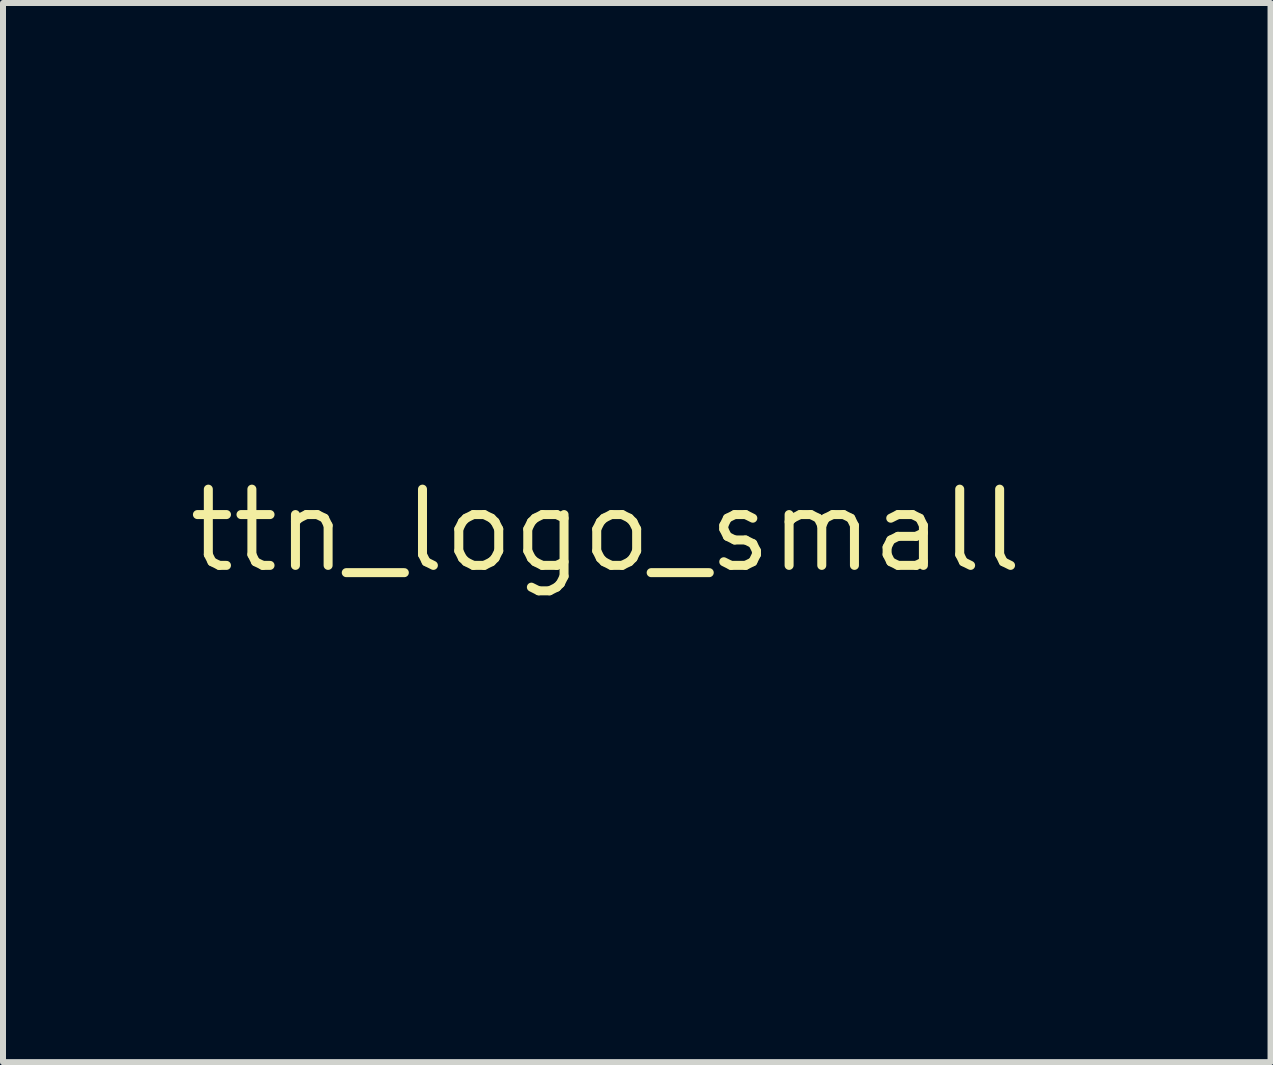
<source format=kicad_pcb>
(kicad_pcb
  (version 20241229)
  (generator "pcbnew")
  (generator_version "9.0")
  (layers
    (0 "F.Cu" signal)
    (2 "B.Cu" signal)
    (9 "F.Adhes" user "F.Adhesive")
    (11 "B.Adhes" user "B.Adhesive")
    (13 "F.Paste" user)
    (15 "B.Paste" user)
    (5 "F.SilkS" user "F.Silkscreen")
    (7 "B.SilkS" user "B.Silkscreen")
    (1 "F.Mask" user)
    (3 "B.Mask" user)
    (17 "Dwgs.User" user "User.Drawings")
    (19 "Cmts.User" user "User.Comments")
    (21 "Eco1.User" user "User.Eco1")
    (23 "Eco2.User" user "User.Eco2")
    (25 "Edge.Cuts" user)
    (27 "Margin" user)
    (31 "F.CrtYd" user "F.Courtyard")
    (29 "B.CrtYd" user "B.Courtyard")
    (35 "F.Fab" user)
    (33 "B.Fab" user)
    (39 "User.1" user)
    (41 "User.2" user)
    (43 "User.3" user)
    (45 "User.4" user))
  (footprint "ttn_logo_small"
    (layer "F.Cu")
    (at 7.043 5.79)
    (property "Reference" "ttn_logo_small" (at 0 0 0) (layer "F.SilkS") (effects (font (size 1.27 1.27) (thickness 0.15))))
    (attr through_hole)
    (fp_poly (pts (xy 2.318 3.983) (xy 1.895 3.983) (xy 1.895 2.078) (xy 2.318 2.078) (xy 2.318 3.983)) (stroke (width 0.01) (type solid)) (fill yes) (layer "F.Mask"))
    (fp_poly (pts (xy -5.683 2.459) (xy -6.106 2.459) (xy -6.106 3.983) (xy -6.572 3.983) (xy -6.572 2.459) (xy -7.038 2.459) (xy -7.038 2.078) (xy -5.683 2.078) (xy -5.683 2.459)) (stroke (width 0.01) (type solid)) (fill yes) (layer "F.Mask"))
    (fp_poly (pts (xy -0.222 2.459) (xy -0.688 2.459) (xy -0.688 3.983) (xy -1.153 3.983) (xy -1.153 2.459) (xy -1.619 2.459) (xy -1.619 2.078) (xy -0.222 2.078) (xy -0.222 2.459)) (stroke (width 0.01) (type solid)) (fill yes) (layer "F.Mask"))
    (fp_poly (pts (xy -4.963 2.84) (xy -4.371 2.84) (xy -4.371 2.078) (xy -3.905 2.078) (xy -3.905 3.983) (xy -4.371 3.983) (xy -4.371 3.221) (xy -4.963 3.221) (xy -4.963 3.983) (xy -5.429 3.983) (xy -5.429 2.078) (xy -4.963 2.078) (xy -4.963 2.84)) (stroke (width 0.01) (type solid)) (fill yes) (layer "F.Mask"))
    (fp_poly (pts (xy -2.423 2.459) (xy -3.101 2.459) (xy -3.101 2.84) (xy -2.466 2.84) (xy -2.466 3.221) (xy -3.101 3.221) (xy -3.101 3.602) (xy -2.423 3.602) (xy -2.423 3.983) (xy -3.566 3.983) (xy -3.566 2.078) (xy -2.423 2.078) (xy -2.423 2.459)) (stroke (width 0.01) (type solid)) (fill yes) (layer "F.Mask"))
    (fp_poly (pts (xy 0.455 2.84) (xy 1.048 2.84) (xy 1.048 2.078) (xy 1.514 2.078) (xy 1.514 3.983) (xy 1.048 3.983) (xy 1.048 3.221) (xy 0.455 3.221) (xy 0.455 3.983) (xy -0.01 3.983) (xy -0.01 2.078) (xy 0.455 2.078) (xy 0.455 2.84)) (stroke (width 0.01) (type solid)) (fill yes) (layer "F.Mask"))
    (fp_poly (pts (xy -1.754 4.777) (xy -1.778 4.861) (xy -1.844 4.898) (xy -1.905 4.907) (xy -2.042 4.92) (xy -2.042 5.846) (xy -2.296 5.846) (xy -2.296 4.92) (xy -2.434 4.907) (xy -2.533 4.885) (xy -2.575 4.829) (xy -2.585 4.777) (xy -2.598 4.661) (xy -1.74 4.661) (xy -1.754 4.777)) (stroke (width 0.01) (type solid)) (fill yes) (layer "F.Mask"))
    (fp_poly (pts (xy 3.51 2.637) (xy 3.863 3.196) (xy 3.875 2.637) (xy 3.887 2.078) (xy 4.35 2.078) (xy 4.35 3.988) (xy 4.109 3.975) (xy 3.868 3.962) (xy 3.527 3.424) (xy 3.186 2.886) (xy 3.174 3.434) (xy 3.162 3.983) (xy 2.699 3.983) (xy 2.699 2.078) (xy 3.157 2.078) (xy 3.51 2.637)) (stroke (width 0.01) (type solid)) (fill yes) (layer "F.Mask"))
    (fp_poly (pts (xy -5.895 5.829) (xy -6.041 5.812) (xy -6.117 5.796) (xy -6.181 5.759) (xy -6.248 5.685) (xy -6.333 5.561) (xy -6.39 5.471) (xy -6.593 5.147) (xy -6.605 5.497) (xy -6.618 5.846) (xy -6.744 5.846) (xy -6.841 5.829) (xy -6.892 5.791) (xy -6.899 5.729) (xy -6.904 5.601) (xy -6.904 5.425) (xy -6.902 5.22) (xy -6.901 5.209) (xy -6.889 4.682) (xy -6.752 4.669) (xy -6.684 4.667) (xy -6.629 4.686) (xy -6.572 4.741) (xy -6.499 4.843) (xy -6.414 4.975) (xy -6.321 5.117) (xy -6.243 5.227) (xy -6.192 5.288) (xy -6.18 5.295) (xy -6.165 5.257) (xy -6.154 5.154) (xy -6.149 5.008) (xy -6.149 4.978) (xy -6.149 4.661) (xy -5.895 4.661) (xy -5.895 5.829)) (stroke (width 0.01) (type solid)) (fill yes) (layer "F.Mask"))
    (fp_poly (pts (xy 5.894 -4.403) (xy 6.116 -4.313) (xy 6.427 -4.113) (xy 6.687 -3.857) (xy 6.888 -3.556) (xy 7.025 -3.222) (xy 7.09 -2.869) (xy 7.082 -2.553) (xy 7.034 -2.353) (xy 6.952 -2.21) (xy 6.846 -2.131) (xy 6.725 -2.121) (xy 6.6 -2.189) (xy 6.577 -2.21) (xy 6.528 -2.266) (xy 6.501 -2.329) (xy 6.491 -2.421) (xy 6.495 -2.565) (xy 6.499 -2.646) (xy 6.506 -2.837) (xy 6.495 -2.978) (xy 6.464 -3.102) (xy 6.424 -3.206) (xy 6.313 -3.395) (xy 6.155 -3.579) (xy 5.973 -3.734) (xy 5.792 -3.838) (xy 5.756 -3.851) (xy 5.584 -3.926) (xy 5.486 -4.021) (xy 5.451 -4.147) (xy 5.451 -4.166) (xy 5.481 -4.314) (xy 5.569 -4.404) (xy 5.708 -4.434) (xy 5.894 -4.403)) (stroke (width 0.01) (type solid)) (fill yes) (layer "F.Mask"))
    (fp_poly (pts (xy 7.091 4.665) (xy 7.129 4.692) (xy 7.143 4.763) (xy 7.145 4.883) (xy 7.147 5.105) (xy 7.347 4.88) (xy 7.457 4.761) (xy 7.535 4.695) (xy 7.606 4.668) (xy 7.691 4.667) (xy 7.704 4.668) (xy 7.861 4.682) (xy 7.643 4.93) (xy 7.541 5.048) (xy 7.481 5.135) (xy 7.465 5.212) (xy 7.495 5.296) (xy 7.573 5.405) (xy 7.703 5.558) (xy 7.73 5.59) (xy 7.914 5.804) (xy 7.73 5.804) (xy 7.627 5.798) (xy 7.548 5.771) (xy 7.467 5.709) (xy 7.361 5.597) (xy 7.347 5.581) (xy 7.148 5.359) (xy 7.146 5.603) (xy 7.143 5.739) (xy 7.129 5.812) (xy 7.095 5.841) (xy 7.028 5.846) (xy 7.017 5.846) (xy 6.89 5.846) (xy 6.89 4.661) (xy 7.017 4.661) (xy 7.091 4.665)) (stroke (width 0.01) (type solid)) (fill yes) (layer "F.Mask"))
    (fp_poly (pts (xy 6.008 -5.381) (xy 6.191 -5.325) (xy 6.428 -5.219) (xy 6.554 -5.156) (xy 6.954 -4.903) (xy 7.298 -4.589) (xy 7.581 -4.223) (xy 7.799 -3.812) (xy 7.947 -3.364) (xy 8.02 -2.886) (xy 8.022 -2.851) (xy 8.025 -2.568) (xy 8.004 -2.315) (xy 7.961 -2.108) (xy 7.899 -1.963) (xy 7.877 -1.934) (xy 7.768 -1.871) (xy 7.634 -1.867) (xy 7.508 -1.921) (xy 7.481 -1.945) (xy 7.434 -2.003) (xy 7.413 -2.071) (xy 7.414 -2.176) (xy 7.428 -2.294) (xy 7.45 -2.762) (xy 7.398 -3.199) (xy 7.273 -3.6) (xy 7.081 -3.959) (xy 6.822 -4.273) (xy 6.502 -4.534) (xy 6.122 -4.739) (xy 5.904 -4.82) (xy 5.754 -4.9) (xy 5.663 -5.013) (xy 5.636 -5.14) (xy 5.676 -5.265) (xy 5.77 -5.356) (xy 5.871 -5.391) (xy 6.008 -5.381)) (stroke (width 0.01) (type solid)) (fill yes) (layer "F.Mask"))
    (fp_poly (pts (xy 2.996 4.694) (xy 3.161 4.784) (xy 3.28 4.917) (xy 3.35 5.077) (xy 3.371 5.252) (xy 3.344 5.427) (xy 3.266 5.587) (xy 3.137 5.718) (xy 2.958 5.806) (xy 2.838 5.831) (xy 2.633 5.814) (xy 2.533 5.774) (xy 2.355 5.638) (xy 2.242 5.46) (xy 2.208 5.303) (xy 2.499 5.303) (xy 2.552 5.433) (xy 2.647 5.525) (xy 2.768 5.567) (xy 2.897 5.549) (xy 2.986 5.489) (xy 3.03 5.414) (xy 3.063 5.301) (xy 3.064 5.293) (xy 3.058 5.138) (xy 2.996 5.021) (xy 2.898 4.946) (xy 2.781 4.918) (xy 2.663 4.941) (xy 2.564 5.021) (xy 2.504 5.149) (xy 2.499 5.303) (xy 2.208 5.303) (xy 2.198 5.257) (xy 2.23 5.045) (xy 2.257 4.979) (xy 2.382 4.806) (xy 2.558 4.699) (xy 2.779 4.661) (xy 2.784 4.661) (xy 2.996 4.694)) (stroke (width 0.01) (type solid)) (fill yes) (layer "F.Mask"))
    (fp_poly (pts (xy 4.974 4.662) (xy 5.192 4.676) (xy 5.338 4.723) (xy 5.425 4.808) (xy 5.463 4.939) (xy 5.466 4.99) (xy 5.449 5.143) (xy 5.38 5.26) (xy 5.371 5.27) (xy 5.271 5.376) (xy 5.445 5.579) (xy 5.62 5.782) (xy 5.486 5.822) (xy 5.41 5.839) (xy 5.35 5.828) (xy 5.284 5.777) (xy 5.189 5.673) (xy 5.172 5.654) (xy 4.991 5.445) (xy 4.977 5.635) (xy 4.964 5.753) (xy 4.936 5.81) (xy 4.873 5.833) (xy 4.826 5.838) (xy 4.689 5.851) (xy 4.689 5.021) (xy 4.943 5.021) (xy 4.952 5.123) (xy 4.99 5.164) (xy 5.025 5.169) (xy 5.114 5.135) (xy 5.149 5.096) (xy 5.165 4.996) (xy 5.12 4.911) (xy 5.032 4.872) (xy 5.026 4.872) (xy 4.968 4.89) (xy 4.945 4.956) (xy 4.943 5.021) (xy 4.689 5.021) (xy 4.689 4.661) (xy 4.974 4.662)) (stroke (width 0.01) (type solid)) (fill yes) (layer "F.Mask"))
    (fp_poly (pts (xy -3.863 4.788) (xy -3.868 4.866) (xy -3.9 4.903) (xy -3.981 4.914) (xy -4.053 4.915) (xy -4.171 4.919) (xy -4.226 4.941) (xy -4.243 4.992) (xy -4.244 5.021) (xy -4.236 5.086) (xy -4.197 5.117) (xy -4.105 5.126) (xy -4.053 5.126) (xy -3.936 5.131) (xy -3.88 5.152) (xy -3.863 5.204) (xy -3.863 5.232) (xy -3.871 5.297) (xy -3.909 5.328) (xy -4.002 5.338) (xy -4.053 5.338) (xy -4.17 5.342) (xy -4.226 5.363) (xy -4.243 5.417) (xy -4.244 5.465) (xy -4.238 5.543) (xy -4.206 5.58) (xy -4.125 5.591) (xy -4.053 5.592) (xy -3.936 5.596) (xy -3.881 5.617) (xy -3.864 5.671) (xy -3.863 5.719) (xy -3.863 5.846) (xy -4.173 5.846) (xy -4.328 5.842) (xy -4.448 5.833) (xy -4.51 5.819) (xy -4.512 5.818) (xy -4.522 5.767) (xy -4.531 5.648) (xy -4.537 5.478) (xy -4.54 5.273) (xy -4.54 5.225) (xy -4.54 4.661) (xy -3.863 4.661) (xy -3.863 4.788)) (stroke (width 0.01) (type solid)) (fill yes) (layer "F.Mask"))
    (fp_poly (pts (xy 5.951 2.104) (xy 6.164 2.231) (xy 6.183 2.247) (xy 6.319 2.369) (xy 6.03 2.667) (xy 5.907 2.563) (xy 5.746 2.476) (xy 5.573 2.463) (xy 5.407 2.516) (xy 5.265 2.629) (xy 5.165 2.796) (xy 5.15 2.839) (xy 5.122 3.068) (xy 5.177 3.286) (xy 5.288 3.455) (xy 5.385 3.551) (xy 5.479 3.593) (xy 5.597 3.602) (xy 5.745 3.585) (xy 5.856 3.522) (xy 5.889 3.491) (xy 5.98 3.384) (xy 5.996 3.314) (xy 5.935 3.276) (xy 5.794 3.264) (xy 5.789 3.264) (xy 5.578 3.264) (xy 5.578 2.925) (xy 6.477 2.925) (xy 6.459 3.199) (xy 6.406 3.474) (xy 6.283 3.699) (xy 6.093 3.875) (xy 6.005 3.927) (xy 5.82 3.993) (xy 5.602 4.024) (xy 5.39 4.016) (xy 5.248 3.981) (xy 5.023 3.849) (xy 4.849 3.662) (xy 4.726 3.436) (xy 4.659 3.185) (xy 4.647 2.925) (xy 4.696 2.672) (xy 4.805 2.441) (xy 4.979 2.246) (xy 4.98 2.246) (xy 5.2 2.113) (xy 5.449 2.046) (xy 5.706 2.043) (xy 5.951 2.104)) (stroke (width 0.01) (type solid)) (fill yes) (layer "F.Mask"))
    (fp_poly (pts (xy 7.769 2.085) (xy 7.82 2.104) (xy 7.931 2.154) (xy 7.979 2.204) (xy 7.974 2.28) (xy 7.927 2.402) (xy 7.878 2.5) (xy 7.827 2.534) (xy 7.769 2.525) (xy 7.57 2.479) (xy 7.408 2.47) (xy 7.299 2.498) (xy 7.275 2.518) (xy 7.238 2.591) (xy 7.261 2.662) (xy 7.349 2.738) (xy 7.51 2.829) (xy 7.547 2.847) (xy 7.8 2.995) (xy 7.97 3.153) (xy 8.06 3.324) (xy 8.07 3.513) (xy 8.004 3.718) (xy 7.893 3.859) (xy 7.724 3.959) (xy 7.512 4.016) (xy 7.277 4.025) (xy 7.034 3.986) (xy 6.858 3.921) (xy 6.738 3.859) (xy 6.658 3.804) (xy 6.636 3.776) (xy 6.656 3.713) (xy 6.705 3.619) (xy 6.765 3.522) (xy 6.818 3.451) (xy 6.843 3.433) (xy 6.895 3.451) (xy 6.993 3.495) (xy 7.038 3.518) (xy 7.209 3.582) (xy 7.361 3.598) (xy 7.48 3.571) (xy 7.551 3.502) (xy 7.56 3.405) (xy 7.518 3.348) (xy 7.421 3.27) (xy 7.292 3.19) (xy 7.069 3.051) (xy 6.919 2.919) (xy 6.835 2.783) (xy 6.806 2.632) (xy 6.805 2.617) (xy 6.843 2.41) (xy 6.945 2.241) (xy 7.102 2.119) (xy 7.299 2.048) (xy 7.526 2.034) (xy 7.769 2.085)) (stroke (width 0.01) (type solid)) (fill yes) (layer "F.Mask"))
    (fp_poly (pts (xy -0.2 5.001) (xy -0.161 5.161) (xy -0.125 5.285) (xy -0.098 5.354) (xy -0.093 5.361) (xy -0.065 5.338) (xy -0.039 5.257) (xy -0.037 5.251) (xy -0.011 5.137) (xy 0.029 4.984) (xy 0.055 4.892) (xy 0.1 4.758) (xy 0.141 4.688) (xy 0.194 4.663) (xy 0.224 4.661) (xy 0.268 4.663) (xy 0.302 4.679) (xy 0.331 4.721) (xy 0.361 4.803) (xy 0.398 4.939) (xy 0.449 5.142) (xy 0.458 5.179) (xy 0.492 5.295) (xy 0.524 5.368) (xy 0.537 5.38) (xy 0.559 5.342) (xy 0.594 5.24) (xy 0.634 5.094) (xy 0.649 5.031) (xy 0.691 4.861) (xy 0.724 4.757) (xy 0.759 4.702) (xy 0.805 4.678) (xy 0.869 4.669) (xy 0.94 4.665) (xy 0.983 4.68) (xy 1 4.726) (xy 0.991 4.815) (xy 0.958 4.96) (xy 0.9 5.173) (xy 0.898 5.182) (xy 0.83 5.428) (xy 0.779 5.604) (xy 0.739 5.723) (xy 0.706 5.794) (xy 0.671 5.831) (xy 0.631 5.845) (xy 0.578 5.846) (xy 0.56 5.846) (xy 0.486 5.842) (xy 0.437 5.821) (xy 0.399 5.763) (xy 0.359 5.654) (xy 0.323 5.539) (xy 0.23 5.232) (xy 0.139 5.528) (xy 0.084 5.691) (xy 0.033 5.785) (xy -0.028 5.825) (xy -0.116 5.826) (xy -0.167 5.817) (xy -0.25 5.773) (xy -0.281 5.727) (xy -0.386 5.362) (xy -0.467 5.077) (xy -0.523 4.872) (xy -0.554 4.748) (xy -0.561 4.707) (xy -0.524 4.676) (xy -0.433 4.661) (xy -0.419 4.661) (xy -0.278 4.661) (xy -0.2 5.001)) (stroke (width 0.01) (type solid)) (fill yes) (layer "F.Mask"))
    (fp_poly (pts (xy 1.282 -5.778) (xy 1.706 -5.696) (xy 2.106 -5.544) (xy 2.474 -5.326) (xy 2.801 -5.048) (xy 3.079 -4.715) (xy 3.3 -4.33) (xy 3.441 -3.952) (xy 3.481 -3.818) (xy 3.512 -3.722) (xy 3.525 -3.687) (xy 3.566 -3.697) (xy 3.66 -3.737) (xy 3.757 -3.785) (xy 4.089 -3.908) (xy 4.43 -3.953) (xy 4.769 -3.923) (xy 5.098 -3.823) (xy 5.405 -3.655) (xy 5.68 -3.425) (xy 5.913 -3.135) (xy 6.032 -2.926) (xy 6.107 -2.769) (xy 6.154 -2.646) (xy 6.179 -2.528) (xy 6.19 -2.384) (xy 6.191 -2.198) (xy 6.189 -1.996) (xy 6.177 -1.852) (xy 6.151 -1.74) (xy 6.107 -1.632) (xy 6.079 -1.575) (xy 5.966 -1.358) (xy 6.091 -1.306) (xy 6.184 -1.248) (xy 6.303 -1.147) (xy 6.404 -1.044) (xy 6.586 -0.784) (xy 6.687 -0.501) (xy 6.707 -0.197) (xy 6.646 0.124) (xy 6.549 0.37) (xy 6.366 0.657) (xy 6.118 0.89) (xy 5.837 1.057) (xy 5.599 1.168) (xy -0.032 1.178) (xy -0.839 1.179) (xy -1.566 1.18) (xy -2.217 1.181) (xy -2.797 1.181) (xy -3.309 1.181) (xy -3.759 1.18) (xy -4.15 1.179) (xy -4.487 1.178) (xy -4.775 1.176) (xy -5.017 1.173) (xy -5.219 1.169) (xy -5.384 1.165) (xy -5.517 1.159) (xy -5.622 1.153) (xy -5.704 1.146) (xy -5.767 1.139) (xy -5.816 1.13) (xy -5.854 1.12) (xy -5.873 1.113) (xy -6.2 0.958) (xy -6.474 0.745) (xy -6.692 0.485) (xy -6.851 0.189) (xy -6.949 -0.132) (xy -6.982 -0.468) (xy -6.946 -0.808) (xy -6.84 -1.14) (xy -6.66 -1.455) (xy -6.615 -1.515) (xy -6.458 -1.686) (xy -6.278 -1.824) (xy -6.051 -1.947) (xy -5.9 -2.011) (xy -5.765 -2.071) (xy -5.685 -2.128) (xy -5.633 -2.21) (xy -5.588 -2.332) (xy -5.448 -2.627) (xy -5.239 -2.897) (xy -4.977 -3.127) (xy -4.677 -3.303) (xy -4.485 -3.377) (xy -4.346 -3.423) (xy -4.262 -3.471) (xy -4.205 -3.544) (xy -4.149 -3.669) (xy -4.139 -3.694) (xy -4.001 -3.973) (xy -3.831 -4.195) (xy -3.611 -4.377) (xy -3.326 -4.536) (xy -3.289 -4.553) (xy -3.13 -4.618) (xy -2.982 -4.654) (xy -2.807 -4.668) (xy -2.699 -4.67) (xy -2.352 -4.636) (xy -2.046 -4.531) (xy -1.771 -4.349) (xy -1.627 -4.213) (xy -1.422 -3.996) (xy -1.256 -4.356) (xy -1.155 -4.558) (xy -1.048 -4.726) (xy -0.912 -4.89) (xy -0.773 -5.035) (xy -0.476 -5.301) (xy -0.173 -5.498) (xy 0.161 -5.642) (xy 0.396 -5.712) (xy 0.843 -5.785) (xy 1.282 -5.778)) (stroke (width 0.01) (type solid)) (fill yes) (layer "F.Mask")))
  (gr_rect
    (start -3 -3)
    (end 18.118 14.646)
    (stroke (width 0.1) (type default))
    (fill no)
    (layer "Edge.Cuts")))
</source>
